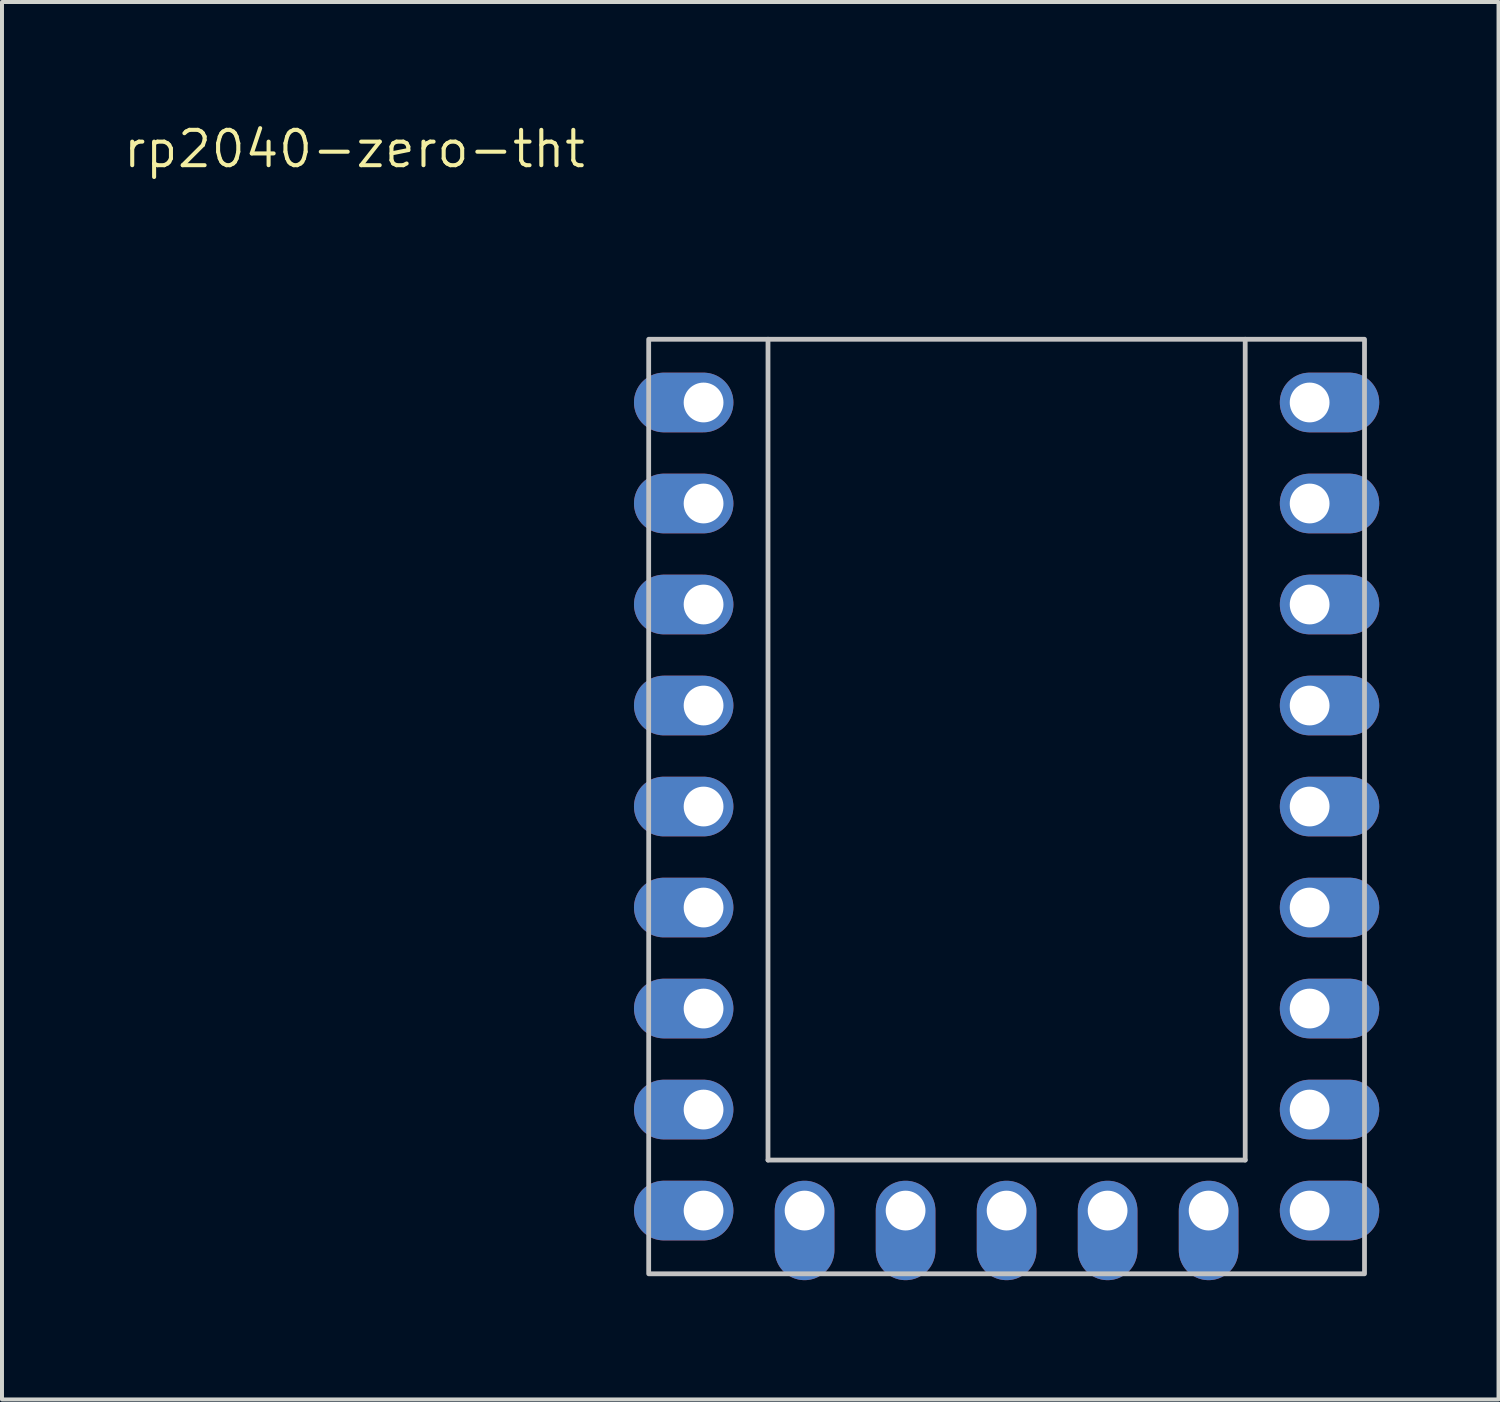
<source format=kicad_pcb>
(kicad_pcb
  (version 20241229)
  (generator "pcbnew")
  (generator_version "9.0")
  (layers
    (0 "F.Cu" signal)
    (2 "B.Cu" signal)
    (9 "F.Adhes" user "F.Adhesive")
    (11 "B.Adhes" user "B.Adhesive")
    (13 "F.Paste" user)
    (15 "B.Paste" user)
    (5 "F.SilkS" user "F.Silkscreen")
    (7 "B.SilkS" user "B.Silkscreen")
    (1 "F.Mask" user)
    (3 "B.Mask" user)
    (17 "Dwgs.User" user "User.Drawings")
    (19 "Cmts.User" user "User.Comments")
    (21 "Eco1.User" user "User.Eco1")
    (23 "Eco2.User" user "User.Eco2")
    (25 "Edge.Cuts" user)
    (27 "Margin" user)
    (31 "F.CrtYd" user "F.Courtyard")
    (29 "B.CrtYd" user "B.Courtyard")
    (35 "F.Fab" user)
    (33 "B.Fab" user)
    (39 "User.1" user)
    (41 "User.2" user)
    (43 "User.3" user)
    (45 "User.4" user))
  (footprint "rp2040-zero-tht"
    (layer "F.Cu")
    (at 22.262 17.231)
    (property "Reference" "rp2040-zero-tht" (at -16.399 -16.533 0) (layer "F.SilkS") (effects (font (size 0.889 0.889) (thickness 0.102))))
    (attr through_hole exclude_from_pos_files)
    (fp_line (start -6 -11.75) (end -6 8.89) (stroke (width 0.12) (type solid)) (layer "Dwgs.User"))
    (fp_line (start -6 8.89) (end 6 8.89) (stroke (width 0.12) (type solid)) (layer "Dwgs.User"))
    (fp_line (start 6 8.89) (end 6 -11.75) (stroke (width 0.12) (type solid)) (layer "Dwgs.User"))
    (fp_rect (start -9 -11.75) (end 9 11.75) (stroke (width 0.12) (type solid)) (fill no) (layer "Dwgs.User"))
    (pad "1" thru_hole oval (at 7.62 -10.16 180) (size 2.5 1.5) (drill 1 (offset -0.5 0)) (layers "*.Cu" "*.Mask"))
    (pad "2" thru_hole oval (at 7.62 -7.62 180) (size 2.5 1.5) (drill 1 (offset -0.5 0)) (layers "*.Cu" "*.Mask"))
    (pad "3" thru_hole oval (at 7.62 -5.08 180) (size 2.5 1.5) (drill 1 (offset -0.5 0)) (layers "*.Cu" "*.Mask"))
    (pad "4" thru_hole oval (at 7.62 -2.54 180) (size 2.5 1.5) (drill 1 (offset -0.5 0)) (layers "*.Cu" "*.Mask"))
    (pad "5" thru_hole oval (at 7.62 0 180) (size 2.5 1.5) (drill 1 (offset -0.5 0)) (layers "*.Cu" "*.Mask"))
    (pad "6" thru_hole oval (at 7.62 2.54 180) (size 2.5 1.5) (drill 1 (offset -0.5 0)) (layers "*.Cu" "*.Mask"))
    (pad "7" thru_hole oval (at 7.62 5.08 180) (size 2.5 1.5) (drill 1 (offset -0.5 0)) (layers "*.Cu" "*.Mask"))
    (pad "8" thru_hole oval (at 7.62 7.62 180) (size 2.5 1.5) (drill 1 (offset -0.5 0)) (layers "*.Cu" "*.Mask"))
    (pad "9" thru_hole oval (at 7.62 10.16 180) (size 2.5 1.5) (drill 1 (offset -0.5 0)) (layers "*.Cu" "*.Mask"))
    (pad "10" thru_hole oval (at 5.08 10.16 90) (size 2.5 1.5) (drill 1 (offset -0.5 0)) (layers "*.Cu" "*.Mask"))
    (pad "11" thru_hole oval (at 2.54 10.16 90) (size 2.5 1.5) (drill 1 (offset -0.5 0)) (layers "*.Cu" "*.Mask"))
    (pad "12" thru_hole oval (at 0 10.16 90) (size 2.5 1.5) (drill 1 (offset -0.5 0)) (layers "*.Cu" "*.Mask"))
    (pad "13" thru_hole oval (at -2.54 10.16 90) (size 2.5 1.5) (drill 1 (offset -0.5 0)) (layers "*.Cu" "*.Mask"))
    (pad "14" thru_hole oval (at -5.08 10.16 90) (size 2.5 1.5) (drill 1 (offset -0.5 0)) (layers "*.Cu" "*.Mask"))
    (pad "15" thru_hole oval (at -7.62 10.16) (size 2.5 1.5) (drill 1 (offset -0.5 0)) (layers "*.Cu" "*.Mask"))
    (pad "16" thru_hole oval (at -7.62 7.62) (size 2.5 1.5) (drill 1 (offset -0.5 0)) (layers "*.Cu" "*.Mask"))
    (pad "17" thru_hole oval (at -7.62 5.08) (size 2.5 1.5) (drill 1 (offset -0.5 0)) (layers "*.Cu" "*.Mask"))
    (pad "18" thru_hole oval (at -7.62 2.54) (size 2.5 1.5) (drill 1 (offset -0.5 0)) (layers "*.Cu" "*.Mask"))
    (pad "19" thru_hole oval (at -7.62 0) (size 2.5 1.5) (drill 1 (offset -0.5 0)) (layers "*.Cu" "*.Mask"))
    (pad "20" thru_hole oval (at -7.62 -2.54) (size 2.5 1.5) (drill 1 (offset -0.5 0)) (layers "*.Cu" "*.Mask"))
    (pad "21" thru_hole oval (at -7.62 -5.08) (size 2.5 1.5) (drill 1 (offset -0.5 0)) (layers "*.Cu" "*.Mask"))
    (pad "22" thru_hole oval (at -7.62 -7.62) (size 2.5 1.5) (drill 1 (offset -0.5 0)) (layers "*.Cu" "*.Mask"))
    (pad "23" thru_hole oval (at -7.62 -10.16) (size 2.5 1.5) (drill 1 (offset -0.5 0)) (layers "*.Cu" "*.Mask")))
  (gr_rect
    (start -3 -3)
    (end 34.632 32.141)
    (stroke (width 0.1) (type default))
    (fill no)
    (layer "Edge.Cuts")))
</source>
